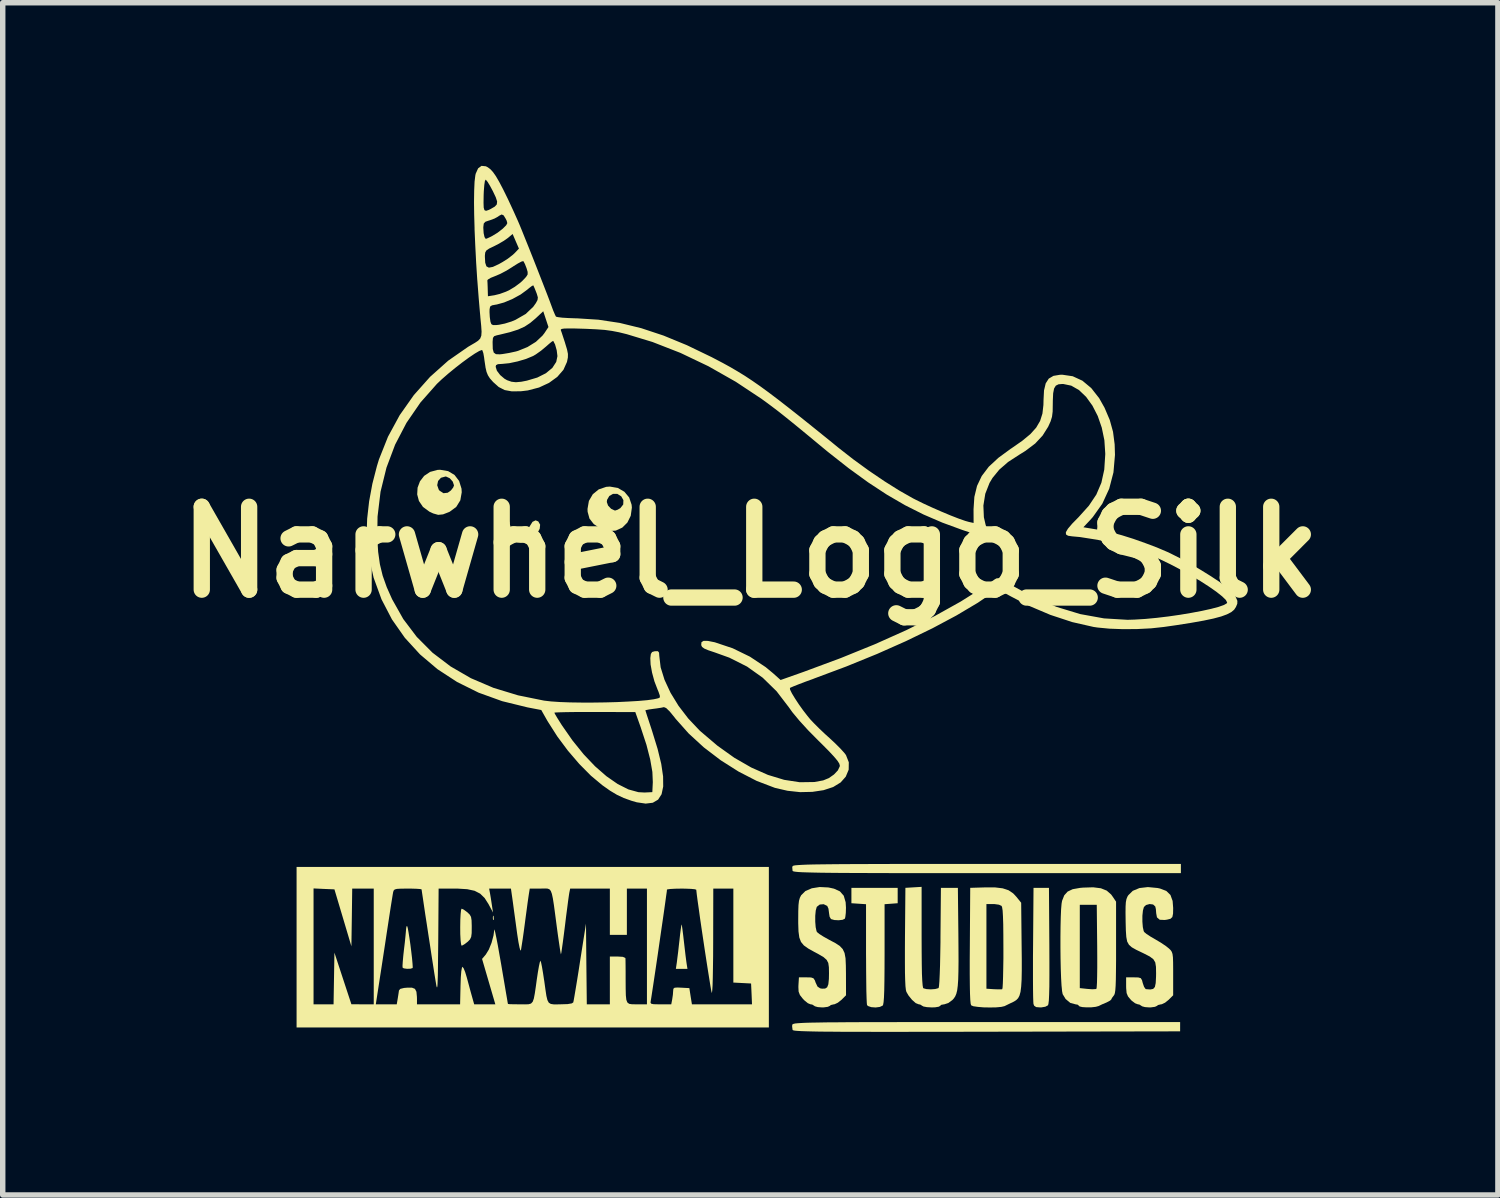
<source format=kicad_pcb>
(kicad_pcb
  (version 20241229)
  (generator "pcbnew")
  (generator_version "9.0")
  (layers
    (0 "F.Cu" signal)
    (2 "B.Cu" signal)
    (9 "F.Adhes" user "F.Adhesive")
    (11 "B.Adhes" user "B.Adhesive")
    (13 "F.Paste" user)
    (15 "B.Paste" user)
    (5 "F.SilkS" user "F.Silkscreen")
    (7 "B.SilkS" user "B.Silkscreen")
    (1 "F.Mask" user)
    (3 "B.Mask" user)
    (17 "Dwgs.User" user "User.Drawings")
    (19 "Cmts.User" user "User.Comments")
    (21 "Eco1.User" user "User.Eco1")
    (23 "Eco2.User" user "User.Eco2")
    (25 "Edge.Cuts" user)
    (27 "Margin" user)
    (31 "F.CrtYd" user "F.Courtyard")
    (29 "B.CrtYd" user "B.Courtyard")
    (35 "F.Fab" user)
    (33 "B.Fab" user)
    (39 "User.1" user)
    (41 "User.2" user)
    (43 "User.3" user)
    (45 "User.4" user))
  (footprint "Narwhel_Logo_Silk"
    (layer "F.Cu")
    (at 10.748 7.104)
    (property "Reference" "Narwhel_Logo_Silk" (at 0 0 0) (layer "F.SilkS") (effects (font (size 1.524 1.524) (thickness 0.3))))
    (attr board_only exclude_from_pos_files exclude_from_bom)
    (fp_poly (pts (xy -4.721 6.691) (xy -4.717 6.749) (xy -4.721 6.762) (xy -4.731 6.765) (xy -4.735 6.726) (xy -4.731 6.686)) (stroke (width 0) (type solid)) (fill yes) (layer "F.SilkS"))
    (fp_poly (pts (xy -1.258 6.869) (xy -1.248 6.937) (xy -1.235 7.04) (xy -1.223 7.144) (xy -1.207 7.282) (xy -1.192 7.411) (xy -1.179 7.512) (xy -1.173 7.556) (xy -1.156 7.663) (xy -1.369 7.663) (xy -1.351 7.542) (xy -1.341 7.46) (xy -1.326 7.342) (xy -1.311 7.206) (xy -1.303 7.138) (xy -1.29 7.018) (xy -1.277 6.921) (xy -1.268 6.86) (xy -1.265 6.846)) (stroke (width 0) (type solid)) (fill yes) (layer "F.SilkS"))
    (fp_poly (pts (xy -6.3 6.91) (xy -6.286 6.987) (xy -6.269 7.093) (xy -6.251 7.217) (xy -6.235 7.346) (xy -6.221 7.466) (xy -6.212 7.565) (xy -6.208 7.63) (xy -6.21 7.648) (xy -6.25 7.66) (xy -6.313 7.662) (xy -6.371 7.654) (xy -6.394 7.641) (xy -6.396 7.606) (xy -6.391 7.527) (xy -6.381 7.416) (xy -6.369 7.308) (xy -6.353 7.174) (xy -6.341 7.055) (xy -6.333 6.966) (xy -6.33 6.927) (xy -6.323 6.882) (xy -6.311 6.876)) (stroke (width 0) (type solid)) (fill yes) (layer "F.SilkS"))
    (fp_poly (pts (xy 5.499 7.234) (xy 5.5 7.537) (xy 5.5 7.787) (xy 5.499 7.986) (xy 5.495 8.137) (xy 5.49 8.244) (xy 5.482 8.308) (xy 5.474 8.333) (xy 5.426 8.359) (xy 5.35 8.372) (xy 5.332 8.372) (xy 5.257 8.366) (xy 5.22 8.341) (xy 5.207 8.308) (xy 5.204 8.266) (xy 5.201 8.174) (xy 5.199 8.038) (xy 5.198 7.866) (xy 5.198 7.665) (xy 5.198 7.441) (xy 5.2 7.208) (xy 5.208 6.173) (xy 5.492 6.173)) (stroke (width 0) (type solid)) (fill yes) (layer "F.SilkS"))
    (fp_poly (pts (xy -5.271 6.573) (xy -5.214 6.615) (xy -5.202 6.624) (xy -5.16 6.665) (xy -5.136 6.708) (xy -5.126 6.771) (xy -5.123 6.87) (xy -5.123 6.896) (xy -5.124 7.005) (xy -5.133 7.074) (xy -5.154 7.12) (xy -5.192 7.16) (xy -5.202 7.168) (xy -5.261 7.213) (xy -5.304 7.236) (xy -5.309 7.237) (xy -5.319 7.21) (xy -5.328 7.136) (xy -5.334 7.025) (xy -5.335 6.896) (xy -5.333 6.759) (xy -5.327 6.65) (xy -5.319 6.579) (xy -5.309 6.556)) (stroke (width 0) (type solid)) (fill yes) (layer "F.SilkS"))
    (fp_poly (pts (xy 2.71 6.456) (xy 2.59 6.465) (xy 2.469 6.474) (xy 2.469 7.389) (xy 2.468 7.663) (xy 2.466 7.885) (xy 2.463 8.058) (xy 2.458 8.185) (xy 2.451 8.273) (xy 2.442 8.323) (xy 2.435 8.338) (xy 2.382 8.363) (xy 2.304 8.373) (xy 2.224 8.367) (xy 2.163 8.346) (xy 2.146 8.327) (xy 2.142 8.289) (xy 2.138 8.201) (xy 2.134 8.07) (xy 2.132 7.904) (xy 2.13 7.711) (xy 2.129 7.496) (xy 2.128 7.378) (xy 2.128 6.474) (xy 1.994 6.465) (xy 1.859 6.456) (xy 1.859 6.173) (xy 2.71 6.173)) (stroke (width 0) (type solid)) (fill yes) (layer "F.SilkS"))
    (fp_poly (pts (xy -4.455 -0.612) (xy -4.429 -0.549) (xy -4.427 -0.526) (xy -4.402 -0.445) (xy -4.335 -0.392) (xy -4.234 -0.373) (xy -4.21 -0.374) (xy -4.131 -0.389) (xy -4.084 -0.428) (xy -4.058 -0.474) (xy -4.005 -0.558) (xy -3.948 -0.585) (xy -3.899 -0.565) (xy -3.865 -0.505) (xy -3.873 -0.431) (xy -3.915 -0.35) (xy -3.983 -0.275) (xy -4.067 -0.214) (xy -4.16 -0.178) (xy -4.221 -0.173) (xy -4.283 -0.182) (xy -4.361 -0.201) (xy -4.453 -0.249) (xy -4.528 -0.324) (xy -4.579 -0.414) (xy -4.6 -0.506) (xy -4.585 -0.586) (xy -4.555 -0.624) (xy -4.502 -0.64)) (stroke (width 0) (type solid)) (fill yes) (layer "F.SilkS"))
    (fp_poly (pts (xy -2.437 -1.181) (xy -2.316 -1.111) (xy -2.228 -1.006) (xy -2.183 -0.873) (xy -2.178 -0.82) (xy -2.199 -0.669) (xy -2.261 -0.544) (xy -2.355 -0.451) (xy -2.473 -0.397) (xy -2.605 -0.387) (xy -2.743 -0.427) (xy -2.751 -0.432) (xy -2.88 -0.517) (xy -2.958 -0.618) (xy -2.992 -0.743) (xy -2.994 -0.795) (xy -2.972 -0.922) (xy -2.639 -0.922) (xy -2.616 -0.857) (xy -2.56 -0.798) (xy -2.495 -0.767) (xy -2.483 -0.766) (xy -2.439 -0.781) (xy -2.39 -0.81) (xy -2.337 -0.877) (xy -2.334 -0.957) (xy -2.374 -1.027) (xy -2.446 -1.072) (xy -2.525 -1.072) (xy -2.593 -1.033) (xy -2.634 -0.963) (xy -2.639 -0.922) (xy -2.972 -0.922) (xy -2.968 -0.943) (xy -2.897 -1.065) (xy -2.788 -1.154) (xy -2.65 -1.201) (xy -2.583 -1.206)) (stroke (width 0) (type solid)) (fill yes) (layer "F.SilkS"))
    (fp_poly (pts (xy -5.557 -1.49) (xy -5.439 -1.419) (xy -5.355 -1.309) (xy -5.311 -1.168) (xy -5.307 -1.101) (xy -5.333 -0.953) (xy -5.408 -0.832) (xy -5.527 -0.744) (xy -5.542 -0.737) (xy -5.651 -0.695) (xy -5.74 -0.686) (xy -5.832 -0.712) (xy -5.902 -0.745) (xy -6.02 -0.832) (xy -6.094 -0.941) (xy -6.126 -1.062) (xy -6.119 -1.186) (xy -6.102 -1.231) (xy -5.758 -1.231) (xy -5.73 -1.15) (xy -5.714 -1.13) (xy -5.642 -1.084) (xy -5.564 -1.093) (xy -5.506 -1.135) (xy -5.464 -1.189) (xy -5.449 -1.228) (xy -5.472 -1.297) (xy -5.527 -1.359) (xy -5.594 -1.39) (xy -5.605 -1.391) (xy -5.689 -1.368) (xy -5.742 -1.309) (xy -5.758 -1.231) (xy -6.102 -1.231) (xy -6.075 -1.303) (xy -5.998 -1.403) (xy -5.889 -1.476) (xy -5.75 -1.513) (xy -5.703 -1.515)) (stroke (width 0) (type solid)) (fill yes) (layer "F.SilkS"))
    (fp_poly (pts (xy 7.918 5.903) (xy 4.355 5.903) (xy 3.827 5.903) (xy 3.353 5.903) (xy 2.93 5.902) (xy 2.555 5.902) (xy 2.226 5.901) (xy 1.939 5.9) (xy 1.692 5.899) (xy 1.481 5.897) (xy 1.305 5.895) (xy 1.16 5.892) (xy 1.043 5.889) (xy 0.951 5.886) (xy 0.882 5.882) (xy 0.833 5.877) (xy 0.801 5.872) (xy 0.783 5.866) (xy 0.777 5.86) (xy 0.771 5.796) (xy 0.777 5.775) (xy 0.784 5.769) (xy 0.803 5.763) (xy 0.835 5.758) (xy 0.886 5.754) (xy 0.955 5.75) (xy 1.048 5.746) (xy 1.167 5.743) (xy 1.313 5.741) (xy 1.492 5.739) (xy 1.704 5.737) (xy 1.953 5.736) (xy 2.242 5.735) (xy 2.574 5.734) (xy 2.952 5.733) (xy 3.377 5.733) (xy 3.854 5.733) (xy 4.355 5.733) (xy 7.918 5.733)) (stroke (width 0) (type solid)) (fill yes) (layer "F.SilkS"))
    (fp_poly (pts (xy 7.904 8.812) (xy 4.348 8.819) (xy 3.819 8.82) (xy 3.344 8.821) (xy 2.92 8.821) (xy 2.544 8.822) (xy 2.214 8.821) (xy 1.926 8.821) (xy 1.678 8.82) (xy 1.468 8.818) (xy 1.292 8.817) (xy 1.147 8.814) (xy 1.03 8.811) (xy 0.94 8.808) (xy 0.873 8.804) (xy 0.825 8.8) (xy 0.796 8.795) (xy 0.78 8.789) (xy 0.777 8.785) (xy 0.769 8.722) (xy 0.771 8.693) (xy 0.775 8.685) (xy 0.783 8.679) (xy 0.8 8.673) (xy 0.828 8.667) (xy 0.87 8.663) (xy 0.929 8.659) (xy 1.009 8.655) (xy 1.111 8.652) (xy 1.239 8.65) (xy 1.395 8.647) (xy 1.584 8.646) (xy 1.807 8.644) (xy 2.067 8.643) (xy 2.368 8.643) (xy 2.712 8.642) (xy 3.103 8.642) (xy 3.543 8.642) (xy 4.035 8.642) (xy 4.343 8.642) (xy 7.904 8.642)) (stroke (width 0) (type solid)) (fill yes) (layer "F.SilkS"))
    (fp_poly (pts (xy 3.15 7.078) (xy 3.151 7.355) (xy 3.153 7.58) (xy 3.156 7.754) (xy 3.162 7.882) (xy 3.169 7.967) (xy 3.177 8.011) (xy 3.183 8.02) (xy 3.238 8.035) (xy 3.318 8.04) (xy 3.399 8.034) (xy 3.455 8.019) (xy 3.463 8.014) (xy 3.47 7.979) (xy 3.477 7.894) (xy 3.483 7.765) (xy 3.489 7.597) (xy 3.493 7.398) (xy 3.497 7.173) (xy 3.497 7.08) (xy 3.505 6.173) (xy 3.817 6.173) (xy 3.826 7.01) (xy 3.828 7.292) (xy 3.829 7.524) (xy 3.827 7.711) (xy 3.823 7.858) (xy 3.815 7.972) (xy 3.804 8.058) (xy 3.788 8.122) (xy 3.767 8.171) (xy 3.741 8.209) (xy 3.717 8.235) (xy 3.641 8.291) (xy 3.568 8.315) (xy 3.564 8.315) (xy 3.509 8.325) (xy 3.491 8.344) (xy 3.465 8.359) (xy 3.399 8.37) (xy 3.336 8.372) (xy 3.247 8.367) (xy 3.184 8.355) (xy 3.164 8.344) (xy 3.124 8.319) (xy 3.097 8.315) (xy 3.042 8.293) (xy 2.975 8.234) (xy 2.91 8.154) (xy 2.871 8.088) (xy 2.861 8.051) (xy 2.853 7.981) (xy 2.848 7.876) (xy 2.844 7.731) (xy 2.843 7.541) (xy 2.843 7.302) (xy 2.844 7.095) (xy 2.852 6.173) (xy 3.001 6.164) (xy 3.15 6.155)) (stroke (width 0) (type solid)) (fill yes) (layer "F.SilkS"))
    (fp_poly (pts (xy 4.5 6.165) (xy 4.641 6.182) (xy 4.748 6.217) (xy 4.834 6.275) (xy 4.893 6.338) (xy 4.981 6.447) (xy 4.989 7.223) (xy 4.992 7.485) (xy 4.992 7.695) (xy 4.989 7.862) (xy 4.981 7.989) (xy 4.969 8.085) (xy 4.95 8.154) (xy 4.925 8.202) (xy 4.891 8.237) (xy 4.849 8.264) (xy 4.832 8.272) (xy 4.751 8.311) (xy 4.686 8.343) (xy 4.676 8.348) (xy 4.617 8.362) (xy 4.522 8.371) (xy 4.408 8.373) (xy 4.289 8.371) (xy 4.182 8.362) (xy 4.1 8.35) (xy 4.061 8.333) (xy 4.052 8.303) (xy 4.045 8.233) (xy 4.04 8.121) (xy 4.038 8.028) (xy 4.342 8.028) (xy 4.477 8.037) (xy 4.561 8.04) (xy 4.62 8.039) (xy 4.633 8.037) (xy 4.639 8.007) (xy 4.644 7.929) (xy 4.648 7.808) (xy 4.651 7.653) (xy 4.654 7.472) (xy 4.654 7.283) (xy 4.653 7.036) (xy 4.651 6.841) (xy 4.646 6.694) (xy 4.64 6.592) (xy 4.63 6.529) (xy 4.62 6.505) (xy 4.572 6.483) (xy 4.493 6.472) (xy 4.464 6.471) (xy 4.342 6.471) (xy 4.342 8.028) (xy 4.038 8.028) (xy 4.037 7.964) (xy 4.035 7.758) (xy 4.035 7.502) (xy 4.037 7.234) (xy 4.044 6.173) (xy 4.316 6.165)) (stroke (width 0) (type solid)) (fill yes) (layer "F.SilkS"))
    (fp_poly (pts (xy 6.447 6.181) (xy 6.554 6.224) (xy 6.635 6.295) (xy 6.655 6.322) (xy 6.726 6.427) (xy 6.726 7.27) (xy 6.726 7.517) (xy 6.724 7.713) (xy 6.722 7.864) (xy 6.718 7.976) (xy 6.712 8.056) (xy 6.704 8.109) (xy 6.693 8.141) (xy 6.683 8.155) (xy 6.649 8.2) (xy 6.641 8.221) (xy 6.617 8.246) (xy 6.559 8.277) (xy 6.549 8.282) (xy 6.47 8.315) (xy 6.409 8.345) (xy 6.407 8.346) (xy 6.353 8.361) (xy 6.273 8.37) (xy 6.184 8.371) (xy 6.106 8.366) (xy 6.055 8.354) (xy 6.045 8.344) (xy 6.021 8.322) (xy 5.98 8.315) (xy 5.884 8.289) (xy 5.798 8.217) (xy 5.744 8.128) (xy 5.733 8.072) (xy 5.728 8.017) (xy 6.059 8.017) (xy 6.201 8.032) (xy 6.287 8.038) (xy 6.348 8.035) (xy 6.365 8.03) (xy 6.37 7.999) (xy 6.375 7.918) (xy 6.378 7.795) (xy 6.38 7.638) (xy 6.38 7.455) (xy 6.379 7.252) (xy 6.379 7.249) (xy 6.371 6.485) (xy 6.059 6.485) (xy 6.059 8.017) (xy 5.728 8.017) (xy 5.723 7.969) (xy 5.715 7.828) (xy 5.709 7.659) (xy 5.705 7.47) (xy 5.703 7.272) (xy 5.703 7.073) (xy 5.705 6.884) (xy 5.709 6.713) (xy 5.715 6.57) (xy 5.724 6.464) (xy 5.733 6.412) (xy 5.773 6.311) (xy 5.835 6.242) (xy 5.928 6.198) (xy 6.063 6.174) (xy 6.118 6.169) (xy 6.305 6.163)) (stroke (width 0) (type solid)) (fill yes) (layer "F.SilkS"))
    (fp_poly (pts (xy 1.437 6.166) (xy 1.538 6.188) (xy 1.648 6.238) (xy 1.718 6.318) (xy 1.753 6.437) (xy 1.759 6.538) (xy 1.756 6.635) (xy 1.747 6.71) (xy 1.738 6.741) (xy 1.696 6.761) (xy 1.624 6.769) (xy 1.546 6.765) (xy 1.486 6.748) (xy 1.483 6.746) (xy 1.458 6.704) (xy 1.447 6.633) (xy 1.447 6.631) (xy 1.437 6.556) (xy 1.414 6.505) (xy 1.413 6.505) (xy 1.349 6.474) (xy 1.277 6.48) (xy 1.224 6.521) (xy 1.221 6.526) (xy 1.203 6.591) (xy 1.194 6.688) (xy 1.194 6.796) (xy 1.202 6.897) (xy 1.218 6.97) (xy 1.227 6.987) (xy 1.27 7.022) (xy 1.347 7.071) (xy 1.442 7.124) (xy 1.447 7.127) (xy 1.562 7.188) (xy 1.644 7.241) (xy 1.699 7.299) (xy 1.733 7.371) (xy 1.751 7.468) (xy 1.757 7.602) (xy 1.759 7.757) (xy 1.76 8.149) (xy 1.677 8.232) (xy 1.61 8.285) (xy 1.549 8.314) (xy 1.536 8.315) (xy 1.481 8.328) (xy 1.462 8.344) (xy 1.425 8.361) (xy 1.353 8.371) (xy 1.32 8.372) (xy 1.24 8.366) (xy 1.187 8.351) (xy 1.178 8.344) (xy 1.138 8.319) (xy 1.108 8.315) (xy 1.059 8.295) (xy 0.996 8.244) (xy 0.966 8.213) (xy 0.912 8.144) (xy 0.888 8.081) (xy 0.884 7.998) (xy 0.885 7.965) (xy 0.894 7.819) (xy 1.032 7.819) (xy 1.116 7.821) (xy 1.161 7.836) (xy 1.187 7.875) (xy 1.202 7.918) (xy 1.236 7.989) (xy 1.284 8.021) (xy 1.317 8.027) (xy 1.375 8.026) (xy 1.413 8.002) (xy 1.435 7.946) (xy 1.445 7.849) (xy 1.447 7.745) (xy 1.445 7.633) (xy 1.434 7.555) (xy 1.404 7.498) (xy 1.347 7.447) (xy 1.253 7.392) (xy 1.178 7.352) (xy 1.065 7.289) (xy 0.985 7.232) (xy 0.932 7.168) (xy 0.901 7.086) (xy 0.886 6.975) (xy 0.881 6.824) (xy 0.881 6.754) (xy 0.882 6.6) (xy 0.886 6.489) (xy 0.895 6.412) (xy 0.911 6.356) (xy 0.935 6.309) (xy 0.935 6.309) (xy 1.013 6.232) (xy 1.131 6.181) (xy 1.276 6.158)) (stroke (width 0) (type solid)) (fill yes) (layer "F.SilkS"))
    (fp_poly (pts (xy 7.489 6.176) (xy 7.535 6.186) (xy 7.65 6.23) (xy 7.726 6.304) (xy 7.766 6.414) (xy 7.776 6.544) (xy 7.774 6.648) (xy 7.761 6.71) (xy 7.727 6.742) (xy 7.663 6.758) (xy 7.62 6.764) (xy 7.529 6.76) (xy 7.478 6.716) (xy 7.464 6.64) (xy 7.458 6.564) (xy 7.447 6.516) (xy 7.407 6.479) (xy 7.342 6.471) (xy 7.277 6.489) (xy 7.238 6.526) (xy 7.22 6.59) (xy 7.21 6.687) (xy 7.21 6.795) (xy 7.218 6.895) (xy 7.234 6.968) (xy 7.244 6.986) (xy 7.286 7.021) (xy 7.362 7.071) (xy 7.45 7.122) (xy 7.551 7.182) (xy 7.643 7.244) (xy 7.698 7.288) (xy 7.729 7.318) (xy 7.75 7.349) (xy 7.764 7.39) (xy 7.772 7.452) (xy 7.775 7.545) (xy 7.776 7.68) (xy 7.776 7.755) (xy 7.776 8.149) (xy 7.693 8.232) (xy 7.627 8.285) (xy 7.566 8.314) (xy 7.553 8.315) (xy 7.498 8.328) (xy 7.478 8.344) (xy 7.441 8.361) (xy 7.369 8.371) (xy 7.336 8.372) (xy 7.257 8.366) (xy 7.203 8.351) (xy 7.194 8.344) (xy 7.154 8.319) (xy 7.127 8.315) (xy 7.077 8.296) (xy 7.013 8.248) (xy 6.995 8.229) (xy 6.945 8.169) (xy 6.92 8.108) (xy 6.912 8.021) (xy 6.911 7.981) (xy 6.911 7.819) (xy 7.051 7.819) (xy 7.135 7.821) (xy 7.18 7.834) (xy 7.203 7.871) (xy 7.217 7.925) (xy 7.241 7.994) (xy 7.269 8.033) (xy 7.275 8.036) (xy 7.355 8.042) (xy 7.408 8.032) (xy 7.44 7.996) (xy 7.455 7.924) (xy 7.461 7.809) (xy 7.462 7.745) (xy 7.46 7.626) (xy 7.447 7.545) (xy 7.412 7.486) (xy 7.346 7.436) (xy 7.239 7.381) (xy 7.208 7.366) (xy 7.096 7.312) (xy 7.016 7.267) (xy 6.963 7.22) (xy 6.93 7.16) (xy 6.914 7.076) (xy 6.906 6.958) (xy 6.902 6.794) (xy 6.902 6.792) (xy 6.9 6.631) (xy 6.901 6.517) (xy 6.906 6.436) (xy 6.917 6.38) (xy 6.935 6.335) (xy 6.951 6.309) (xy 7.033 6.228) (xy 7.156 6.177) (xy 7.311 6.159)) (stroke (width 0) (type solid)) (fill yes) (layer "F.SilkS"))
    (fp_poly (pts (xy 0.341 8.741) (xy -8.344 8.741) (xy -8.344 6.184) (xy -8.032 6.184) (xy -8.032 8.315) (xy -7.664 8.315) (xy -7.648 7.365) (xy -7.492 7.84) (xy -7.336 8.314) (xy -7.13 8.315) (xy -6.925 8.315) (xy -6.887 8.315) (xy -6.502 8.315) (xy -6.484 8.209) (xy -6.471 8.127) (xy -6.462 8.066) (xy -6.461 8.06) (xy -6.437 8.031) (xy -6.368 8.014) (xy -6.311 8.009) (xy -6.221 8.009) (xy -6.167 8.031) (xy -6.14 8.084) (xy -6.131 8.179) (xy -6.13 8.223) (xy -6.13 8.315) (xy -5.337 8.315) (xy -5.329 7.968) (xy -5.324 7.818) (xy -5.315 7.707) (xy -5.303 7.641) (xy -5.293 7.625) (xy -5.272 7.653) (xy -5.244 7.721) (xy -5.215 7.817) (xy -5.213 7.824) (xy -5.179 7.95) (xy -5.144 8.08) (xy -5.12 8.166) (xy -5.078 8.315) (xy -4.689 8.315) (xy -4.933 7.48) (xy -4.865 7.4) (xy -4.809 7.309) (xy -4.759 7.185) (xy -4.723 7.051) (xy -4.708 6.941) (xy -4.703 6.944) (xy -4.69 6.997) (xy -4.67 7.093) (xy -4.644 7.226) (xy -4.615 7.391) (xy -4.582 7.577) (xy -4.549 7.773) (xy -4.519 7.948) (xy -4.494 8.097) (xy -4.474 8.212) (xy -4.462 8.285) (xy -4.457 8.308) (xy -4.43 8.312) (xy -4.36 8.314) (xy -4.261 8.315) (xy -4.231 8.315) (xy -4.142 8.316) (xy -4.078 8.314) (xy -4.033 8.301) (xy -4.002 8.268) (xy -3.981 8.209) (xy -3.963 8.115) (xy -3.943 7.979) (xy -3.926 7.855) (xy -3.906 7.722) (xy -3.887 7.614) (xy -3.871 7.541) (xy -3.859 7.513) (xy -3.858 7.514) (xy -3.847 7.549) (xy -3.831 7.628) (xy -3.812 7.74) (xy -3.792 7.873) (xy -3.791 7.875) (xy -3.768 8.041) (xy -3.75 8.16) (xy -3.731 8.238) (xy -3.706 8.285) (xy -3.669 8.308) (xy -3.616 8.316) (xy -3.54 8.316) (xy -3.492 8.315) (xy -3.361 8.311) (xy -3.283 8.298) (xy -3.256 8.28) (xy -3.248 8.243) (xy -3.233 8.158) (xy -3.212 8.033) (xy -3.186 7.876) (xy -3.157 7.695) (xy -3.133 7.538) (xy -3.022 6.831) (xy -3.015 7.573) (xy -3.007 8.315) (xy -2.583 8.315) (xy -2.583 7.436) (xy -2.441 7.436) (xy -2.344 7.442) (xy -2.299 7.463) (xy -2.296 7.471) (xy -2.295 7.512) (xy -2.294 7.597) (xy -2.293 7.715) (xy -2.293 7.852) (xy -2.293 7.858) (xy -2.292 8.028) (xy -2.289 8.15) (xy -2.28 8.232) (xy -2.261 8.281) (xy -2.228 8.306) (xy -2.178 8.314) (xy -2.106 8.315) (xy -2.083 8.315) (xy -1.901 8.315) (xy -1.901 8.285) (xy -1.835 8.285) (xy -1.822 8.304) (xy -1.779 8.313) (xy -1.695 8.315) (xy -1.65 8.315) (xy -1.454 8.315) (xy -1.437 8.227) (xy -1.424 8.139) (xy -1.419 8.069) (xy -1.415 8.029) (xy -1.393 8.01) (xy -1.34 8.006) (xy -1.27 8.009) (xy -1.121 8.017) (xy -1.098 8.166) (xy -1.074 8.315) (xy 0.031 8.315) (xy 0.023 8.124) (xy 0.014 7.932) (xy -0.312 7.915) (xy -0.312 6.187) (xy -0.681 6.187) (xy -0.683 7.173) (xy -0.684 7.424) (xy -0.687 7.643) (xy -0.69 7.824) (xy -0.694 7.964) (xy -0.7 8.058) (xy -0.706 8.102) (xy -0.71 8.102) (xy -0.718 8.066) (xy -0.733 7.981) (xy -0.753 7.856) (xy -0.778 7.7) (xy -0.806 7.521) (xy -0.836 7.326) (xy -0.866 7.125) (xy -0.896 6.924) (xy -0.924 6.733) (xy -0.948 6.559) (xy -0.969 6.412) (xy -0.984 6.298) (xy -0.992 6.227) (xy -0.994 6.208) (xy -1.02 6.199) (xy -1.09 6.192) (xy -1.193 6.188) (xy -1.263 6.187) (xy -1.379 6.189) (xy -1.47 6.194) (xy -1.523 6.201) (xy -1.533 6.206) (xy -1.536 6.24) (xy -1.548 6.323) (xy -1.565 6.447) (xy -1.587 6.603) (xy -1.613 6.784) (xy -1.642 6.982) (xy -1.672 7.19) (xy -1.702 7.398) (xy -1.732 7.601) (xy -1.76 7.789) (xy -1.785 7.956) (xy -1.806 8.093) (xy -1.821 8.192) (xy -1.83 8.246) (xy -1.831 8.251) (xy -1.835 8.285) (xy -1.901 8.285) (xy -1.901 6.187) (xy -2.27 6.187) (xy -2.27 7.038) (xy -2.583 7.038) (xy -2.583 6.187) (xy -3.313 6.187) (xy -3.329 6.265) (xy -3.337 6.317) (xy -3.351 6.416) (xy -3.368 6.549) (xy -3.389 6.708) (xy -3.409 6.874) (xy -3.43 7.039) (xy -3.449 7.183) (xy -3.465 7.295) (xy -3.476 7.369) (xy -3.483 7.396) (xy -3.483 7.396) (xy -3.489 7.366) (xy -3.502 7.289) (xy -3.519 7.174) (xy -3.54 7.029) (xy -3.562 6.865) (xy -3.59 6.652) (xy -3.612 6.488) (xy -3.631 6.368) (xy -3.649 6.284) (xy -3.669 6.23) (xy -3.694 6.2) (xy -3.728 6.187) (xy -3.772 6.185) (xy -3.83 6.186) (xy -3.861 6.187) (xy -4.056 6.187) (xy -4.071 6.279) (xy -4.08 6.339) (xy -4.095 6.443) (xy -4.113 6.578) (xy -4.134 6.733) (xy -4.144 6.811) (xy -4.165 6.968) (xy -4.185 7.11) (xy -4.203 7.225) (xy -4.215 7.302) (xy -4.219 7.322) (xy -4.229 7.323) (xy -4.244 7.271) (xy -4.264 7.17) (xy -4.287 7.022) (xy -4.302 6.911) (xy -4.325 6.742) (xy -4.347 6.583) (xy -4.365 6.448) (xy -4.379 6.348) (xy -4.385 6.307) (xy -4.402 6.187) (xy -4.803 6.187) (xy -4.786 6.279) (xy -4.771 6.368) (xy -4.755 6.473) (xy -4.751 6.499) (xy -4.732 6.627) (xy -4.814 6.473) (xy -4.886 6.36) (xy -4.968 6.28) (xy -5.071 6.227) (xy -5.206 6.198) (xy -5.383 6.187) (xy -5.439 6.187) (xy -5.732 6.187) (xy -5.739 7.159) (xy -5.742 7.417) (xy -5.744 7.622) (xy -5.746 7.779) (xy -5.75 7.892) (xy -5.753 7.964) (xy -5.758 8) (xy -5.764 8.003) (xy -5.772 7.979) (xy -5.78 7.932) (xy -5.793 7.854) (xy -5.812 7.737) (xy -5.835 7.588) (xy -5.862 7.416) (xy -5.89 7.229) (xy -5.92 7.036) (xy -5.949 6.844) (xy -5.977 6.664) (xy -6.001 6.502) (xy -6.021 6.366) (xy -6.036 6.267) (xy -6.044 6.211) (xy -6.045 6.202) (xy -6.071 6.195) (xy -6.142 6.19) (xy -6.243 6.187) (xy -6.3 6.187) (xy -6.421 6.188) (xy -6.497 6.192) (xy -6.539 6.203) (xy -6.559 6.223) (xy -6.568 6.251) (xy -6.576 6.296) (xy -6.591 6.389) (xy -6.612 6.52) (xy -6.637 6.682) (xy -6.665 6.866) (xy -6.685 6.996) (xy -6.717 7.209) (xy -6.75 7.424) (xy -6.781 7.628) (xy -6.809 7.808) (xy -6.831 7.951) (xy -6.838 7.996) (xy -6.887 8.315) (xy -6.925 8.315) (xy -6.925 6.187) (xy -7.321 6.187) (xy -7.328 6.717) (xy -7.336 7.248) (xy -7.492 6.724) (xy -7.648 6.201) (xy -7.84 6.193) (xy -8.032 6.184) (xy -8.344 6.184) (xy -8.344 5.789) (xy 0.341 5.789)) (stroke (width 0) (type solid)) (fill yes) (layer "F.SilkS"))
    (fp_poly (pts (xy -4.863 -7.096) (xy -4.828 -7.078) (xy -4.781 -7.043) (xy -4.732 -6.99) (xy -4.678 -6.913) (xy -4.617 -6.808) (xy -4.544 -6.669) (xy -4.457 -6.492) (xy -4.354 -6.27) (xy -4.272 -6.087) (xy -4.245 -6.024) (xy -4.201 -5.917) (xy -4.144 -5.775) (xy -4.077 -5.609) (xy -4.005 -5.428) (xy -3.931 -5.24) (xy -3.859 -5.056) (xy -3.792 -4.884) (xy -3.734 -4.735) (xy -3.689 -4.617) (xy -3.661 -4.541) (xy -3.625 -4.444) (xy -3.593 -4.369) (xy -3.574 -4.331) (xy -3.538 -4.322) (xy -3.458 -4.312) (xy -3.343 -4.305) (xy -3.207 -4.3) (xy -3.188 -4.3) (xy -2.795 -4.275) (xy -2.403 -4.216) (xy -2.006 -4.119) (xy -1.596 -3.983) (xy -1.166 -3.806) (xy -0.71 -3.586) (xy -0.653 -3.556) (xy -0.504 -3.478) (xy -0.366 -3.402) (xy -0.233 -3.324) (xy -0.101 -3.243) (xy 0.035 -3.153) (xy 0.179 -3.053) (xy 0.338 -2.937) (xy 0.514 -2.804) (xy 0.713 -2.649) (xy 0.94 -2.47) (xy 1.199 -2.262) (xy 1.495 -2.023) (xy 1.621 -1.92) (xy 1.895 -1.706) (xy 2.181 -1.498) (xy 2.467 -1.304) (xy 2.741 -1.132) (xy 2.991 -0.99) (xy 3.034 -0.968) (xy 3.18 -0.896) (xy 3.345 -0.82) (xy 3.516 -0.745) (xy 3.683 -0.675) (xy 3.832 -0.617) (xy 3.952 -0.575) (xy 4.019 -0.556) (xy 4.106 -0.537) (xy 4.105 -0.788) (xy 4.12 -1.016) (xy 4.169 -1.218) (xy 4.256 -1.401) (xy 4.385 -1.571) (xy 4.562 -1.735) (xy 4.79 -1.902) (xy 4.806 -1.912) (xy 5.001 -2.048) (xy 5.15 -2.171) (xy 5.257 -2.29) (xy 5.329 -2.413) (xy 5.372 -2.549) (xy 5.39 -2.707) (xy 5.392 -2.796) (xy 5.401 -2.974) (xy 5.432 -3.104) (xy 5.488 -3.191) (xy 5.574 -3.242) (xy 5.694 -3.262) (xy 5.739 -3.263) (xy 5.929 -3.235) (xy 6.107 -3.153) (xy 6.269 -3.018) (xy 6.415 -2.832) (xy 6.514 -2.656) (xy 6.61 -2.431) (xy 6.67 -2.214) (xy 6.7 -1.983) (xy 6.706 -1.788) (xy 6.678 -1.467) (xy 6.6 -1.167) (xy 6.473 -0.891) (xy 6.298 -0.645) (xy 6.25 -0.591) (xy 6.125 -0.458) (xy 6.22 -0.442) (xy 6.299 -0.429) (xy 6.408 -0.411) (xy 6.499 -0.395) (xy 6.649 -0.362) (xy 6.836 -0.31) (xy 7.046 -0.244) (xy 7.263 -0.167) (xy 7.475 -0.087) (xy 7.665 -0.006) (xy 7.725 0.022) (xy 7.894 0.107) (xy 8.083 0.21) (xy 8.276 0.322) (xy 8.46 0.436) (xy 8.623 0.543) (xy 8.749 0.635) (xy 8.763 0.645) (xy 8.842 0.718) (xy 8.907 0.795) (xy 8.929 0.83) (xy 8.957 0.896) (xy 8.955 0.949) (xy 8.93 1.009) (xy 8.897 1.059) (xy 8.844 1.103) (xy 8.765 1.144) (xy 8.658 1.183) (xy 8.516 1.221) (xy 8.336 1.259) (xy 8.111 1.299) (xy 7.839 1.342) (xy 7.601 1.376) (xy 7.37 1.401) (xy 7.114 1.414) (xy 6.853 1.416) (xy 6.604 1.407) (xy 6.385 1.386) (xy 6.311 1.375) (xy 5.92 1.286) (xy 5.517 1.153) (xy 5.121 0.985) (xy 4.796 0.816) (xy 4.678 0.752) (xy 4.587 0.711) (xy 4.532 0.698) (xy 4.523 0.7) (xy 4.183 0.931) (xy 3.791 1.164) (xy 3.349 1.4) (xy 2.862 1.636) (xy 2.333 1.871) (xy 1.766 2.102) (xy 1.164 2.327) (xy 1.164 2.328) (xy 1.02 2.38) (xy 0.894 2.428) (xy 0.798 2.466) (xy 0.74 2.491) (xy 0.728 2.498) (xy 0.732 2.53) (xy 0.765 2.597) (xy 0.82 2.688) (xy 0.89 2.795) (xy 0.97 2.907) (xy 1.052 3.013) (xy 1.102 3.074) (xy 1.171 3.147) (xy 1.268 3.244) (xy 1.379 3.349) (xy 1.458 3.42) (xy 1.562 3.517) (xy 1.655 3.61) (xy 1.726 3.688) (xy 1.759 3.731) (xy 1.811 3.864) (xy 1.809 4) (xy 1.755 4.129) (xy 1.661 4.235) (xy 1.524 4.319) (xy 1.347 4.377) (xy 1.141 4.408) (xy 0.916 4.413) (xy 0.684 4.388) (xy 0.455 4.335) (xy 0.446 4.332) (xy 0.118 4.207) (xy -0.216 4.035) (xy -0.544 3.827) (xy -0.855 3.59) (xy -1.135 3.333) (xy -1.374 3.064) (xy -1.397 3.034) (xy -1.482 2.93) (xy -1.547 2.867) (xy -1.588 2.85) (xy -1.589 2.85) (xy -1.641 2.861) (xy -1.725 2.874) (xy -1.781 2.881) (xy -1.864 2.893) (xy -1.918 2.904) (xy -1.93 2.908) (xy -1.921 2.937) (xy -1.898 3.009) (xy -1.863 3.115) (xy -1.82 3.246) (xy -1.804 3.296) (xy -1.705 3.618) (xy -1.638 3.893) (xy -1.604 4.124) (xy -1.602 4.31) (xy -1.632 4.452) (xy -1.696 4.551) (xy -1.793 4.608) (xy -1.924 4.624) (xy -2.088 4.6) (xy -2.185 4.572) (xy -2.328 4.521) (xy -2.453 4.462) (xy -2.58 4.386) (xy -2.724 4.284) (xy -2.932 4.11) (xy -3.145 3.895) (xy -3.355 3.65) (xy -3.55 3.388) (xy -3.72 3.121) (xy -3.734 3.098) (xy -3.817 2.952) (xy -3.604 2.952) (xy -3.59 2.98) (xy -3.552 3.045) (xy -3.496 3.134) (xy -3.468 3.179) (xy -3.27 3.463) (xy -3.065 3.717) (xy -2.855 3.938) (xy -2.645 4.121) (xy -2.439 4.264) (xy -2.242 4.363) (xy -2.057 4.414) (xy -1.944 4.42) (xy -1.802 4.413) (xy -1.793 4.229) (xy -1.801 4.042) (xy -1.841 3.812) (xy -1.91 3.543) (xy -2.01 3.239) (xy -2.01 3.237) (xy -2.115 2.941) (xy -2.86 2.939) (xy -3.059 2.939) (xy -3.237 2.94) (xy -3.389 2.942) (xy -3.505 2.945) (xy -3.58 2.948) (xy -3.604 2.952) (xy -3.817 2.952) (xy -3.844 2.903) (xy -4.099 2.854) (xy -4.564 2.74) (xy -4.996 2.584) (xy -5.393 2.387) (xy -5.753 2.152) (xy -6.073 1.881) (xy -6.353 1.575) (xy -6.59 1.237) (xy -6.782 0.868) (xy -6.927 0.47) (xy -7.023 0.046) (xy -7.039 -0.064) (xy -7.053 -0.27) (xy -6.86 -0.27) (xy -6.844 -0.006) (xy -6.812 0.222) (xy -6.761 0.432) (xy -6.686 0.644) (xy -6.587 0.866) (xy -6.382 1.23) (xy -6.134 1.558) (xy -5.844 1.849) (xy -5.511 2.102) (xy -5.138 2.318) (xy -4.724 2.495) (xy -4.271 2.633) (xy -3.793 2.73) (xy -3.665 2.745) (xy -3.503 2.756) (xy -3.314 2.763) (xy -3.107 2.766) (xy -2.888 2.766) (xy -2.666 2.763) (xy -2.449 2.757) (xy -2.243 2.747) (xy -2.056 2.736) (xy -1.897 2.722) (xy -1.773 2.705) (xy -1.692 2.687) (xy -1.662 2.67) (xy -1.665 2.635) (xy -1.688 2.568) (xy -1.705 2.528) (xy -1.763 2.377) (xy -1.807 2.215) (xy -1.834 2.065) (xy -1.839 1.948) (xy -1.829 1.872) (xy -1.806 1.836) (xy -1.759 1.822) (xy -1.752 1.822) (xy -1.699 1.821) (xy -1.678 1.848) (xy -1.674 1.907) (xy -1.649 2.118) (xy -1.578 2.347) (xy -1.467 2.586) (xy -1.32 2.826) (xy -1.142 3.058) (xy -0.937 3.275) (xy -0.912 3.298) (xy -0.605 3.559) (xy -0.294 3.781) (xy 0.017 3.96) (xy 0.324 4.096) (xy 0.623 4.187) (xy 0.909 4.231) (xy 1.178 4.227) (xy 1.341 4.197) (xy 1.444 4.155) (xy 1.538 4.089) (xy 1.61 4.013) (xy 1.645 3.939) (xy 1.646 3.924) (xy 1.636 3.888) (xy 1.602 3.835) (xy 1.54 3.761) (xy 1.447 3.661) (xy 1.317 3.53) (xy 1.252 3.466) (xy 1.061 3.273) (xy 0.9 3.096) (xy 0.773 2.943) (xy 0.708 2.852) (xy 0.483 2.558) (xy 0.228 2.309) (xy -0.06 2.104) (xy -0.386 1.94) (xy -0.653 1.844) (xy -0.773 1.804) (xy -0.848 1.772) (xy -0.888 1.742) (xy -0.903 1.709) (xy -0.903 1.707) (xy -0.898 1.655) (xy -0.859 1.631) (xy -0.78 1.632) (xy -0.655 1.657) (xy -0.648 1.659) (xy -0.323 1.768) (xy -0.007 1.922) (xy 0.282 2.114) (xy 0.421 2.229) (xy 0.557 2.351) (xy 0.981 2.201) (xy 1.665 1.947) (xy 2.293 1.692) (xy 2.869 1.434) (xy 3.393 1.174) (xy 3.868 0.909) (xy 4.296 0.64) (xy 4.498 0.498) (xy 4.53 0.481) (xy 4.565 0.48) (xy 4.617 0.5) (xy 4.696 0.545) (xy 4.768 0.588) (xy 5.195 0.822) (xy 5.63 1.006) (xy 6.068 1.139) (xy 6.505 1.218) (xy 6.937 1.244) (xy 7.067 1.24) (xy 7.264 1.228) (xy 7.474 1.208) (xy 7.691 1.182) (xy 7.906 1.151) (xy 8.113 1.116) (xy 8.304 1.08) (xy 8.472 1.043) (xy 8.609 1.007) (xy 8.708 0.972) (xy 8.762 0.941) (xy 8.769 0.926) (xy 8.745 0.879) (xy 8.676 0.812) (xy 8.57 0.728) (xy 8.434 0.633) (xy 8.274 0.53) (xy 8.097 0.425) (xy 7.91 0.32) (xy 7.721 0.221) (xy 7.535 0.131) (xy 7.393 0.069) (xy 7.071 -0.05) (xy 6.729 -0.15) (xy 6.386 -0.227) (xy 6.061 -0.278) (xy 5.917 -0.291) (xy 5.843 -0.302) (xy 5.805 -0.326) (xy 5.803 -0.368) (xy 5.841 -0.432) (xy 5.919 -0.524) (xy 6.037 -0.644) (xy 6.225 -0.853) (xy 6.363 -1.059) (xy 6.456 -1.277) (xy 6.509 -1.518) (xy 6.527 -1.795) (xy 6.527 -1.817) (xy 6.511 -2.059) (xy 6.463 -2.29) (xy 6.389 -2.504) (xy 6.291 -2.695) (xy 6.175 -2.856) (xy 6.044 -2.981) (xy 5.902 -3.062) (xy 5.753 -3.093) (xy 5.741 -3.093) (xy 5.668 -3.087) (xy 5.618 -3.062) (xy 5.586 -3.009) (xy 5.569 -2.921) (xy 5.563 -2.788) (xy 5.562 -2.713) (xy 5.56 -2.585) (xy 5.548 -2.49) (xy 5.522 -2.405) (xy 5.478 -2.308) (xy 5.477 -2.306) (xy 5.375 -2.144) (xy 5.239 -1.998) (xy 5.059 -1.862) (xy 4.951 -1.795) (xy 4.74 -1.658) (xy 4.578 -1.517) (xy 4.454 -1.365) (xy 4.399 -1.273) (xy 4.321 -1.074) (xy 4.286 -0.857) (xy 4.295 -0.642) (xy 4.326 -0.508) (xy 4.353 -0.42) (xy 4.359 -0.368) (xy 4.346 -0.334) (xy 4.332 -0.318) (xy 4.31 -0.303) (xy 4.277 -0.299) (xy 4.225 -0.307) (xy 4.143 -0.328) (xy 4.025 -0.366) (xy 3.897 -0.409) (xy 3.532 -0.543) (xy 3.184 -0.693) (xy 2.846 -0.863) (xy 2.509 -1.059) (xy 2.166 -1.284) (xy 1.808 -1.544) (xy 1.427 -1.844) (xy 1.296 -1.952) (xy 1.078 -2.133) (xy 0.897 -2.282) (xy 0.746 -2.405) (xy 0.619 -2.507) (xy 0.509 -2.594) (xy 0.409 -2.67) (xy 0.314 -2.741) (xy 0.216 -2.812) (xy 0.213 -2.815) (xy -0.267 -3.133) (xy -0.769 -3.418) (xy -1.284 -3.664) (xy -1.799 -3.865) (xy -2.27 -4.008) (xy -2.416 -4.044) (xy -2.546 -4.069) (xy -2.678 -4.087) (xy -2.829 -4.098) (xy -3.017 -4.107) (xy -3.048 -4.108) (xy -3.22 -4.113) (xy -3.343 -4.114) (xy -3.423 -4.112) (xy -3.468 -4.105) (xy -3.485 -4.094) (xy -3.485 -4.083) (xy -3.469 -4.039) (xy -3.442 -3.956) (xy -3.408 -3.853) (xy -3.404 -3.838) (xy -3.37 -3.726) (xy -3.354 -3.646) (xy -3.355 -3.58) (xy -3.37 -3.505) (xy -3.372 -3.497) (xy -3.437 -3.353) (xy -3.55 -3.223) (xy -3.702 -3.113) (xy -3.885 -3.028) (xy -4.092 -2.974) (xy -4.218 -2.959) (xy -4.386 -2.957) (xy -4.518 -2.981) (xy -4.627 -3.037) (xy -4.731 -3.13) (xy -4.735 -3.135) (xy -4.789 -3.196) (xy -4.825 -3.252) (xy -4.851 -3.316) (xy -4.871 -3.403) (xy -4.871 -3.409) (xy -4.683 -3.409) (xy -4.66 -3.336) (xy -4.6 -3.257) (xy -4.52 -3.189) (xy -4.472 -3.162) (xy -4.392 -3.134) (xy -4.311 -3.125) (xy -4.211 -3.134) (xy -4.109 -3.154) (xy -3.917 -3.211) (xy -3.76 -3.29) (xy -3.641 -3.388) (xy -3.569 -3.499) (xy -3.547 -3.605) (xy -3.56 -3.711) (xy -3.59 -3.818) (xy -3.624 -3.885) (xy -3.647 -3.874) (xy -3.699 -3.832) (xy -3.757 -3.781) (xy -3.848 -3.705) (xy -3.944 -3.637) (xy -3.993 -3.608) (xy -4.123 -3.554) (xy -4.278 -3.508) (xy -4.433 -3.475) (xy -4.564 -3.462) (xy -4.566 -3.462) (xy -4.642 -3.457) (xy -4.676 -3.439) (xy -4.683 -3.409) (xy -4.871 -3.409) (xy -4.889 -3.528) (xy -4.896 -3.583) (xy -4.91 -3.661) (xy -4.927 -3.71) (xy -4.935 -3.718) (xy -4.984 -3.7) (xy -5.066 -3.652) (xy -5.174 -3.579) (xy -5.297 -3.489) (xy -5.427 -3.388) (xy -5.555 -3.283) (xy -5.673 -3.18) (xy -5.763 -3.095) (xy -6.066 -2.752) (xy -6.323 -2.378) (xy -6.532 -1.977) (xy -6.691 -1.554) (xy -6.8 -1.112) (xy -6.855 -0.655) (xy -6.86 -0.27) (xy -7.053 -0.27) (xy -7.056 -0.322) (xy -7.046 -0.617) (xy -7.01 -0.934) (xy -6.95 -1.259) (xy -6.867 -1.581) (xy -6.829 -1.706) (xy -6.663 -2.123) (xy -6.448 -2.519) (xy -6.188 -2.888) (xy -5.889 -3.224) (xy -5.555 -3.522) (xy -5.19 -3.776) (xy -5.158 -3.795) (xy -5.069 -3.847) (xy -5.068 -3.847) (xy -4.739 -3.847) (xy -4.736 -3.735) (xy -4.718 -3.67) (xy -4.678 -3.641) (xy -4.606 -3.638) (xy -4.558 -3.643) (xy -4.437 -3.663) (xy -4.309 -3.691) (xy -4.271 -3.702) (xy -4.098 -3.772) (xy -3.943 -3.868) (xy -3.822 -3.982) (xy -3.787 -4.027) (xy -3.712 -4.14) (xy -3.76 -4.285) (xy -3.808 -4.43) (xy -3.947 -4.3) (xy -4.048 -4.215) (xy -4.151 -4.147) (xy -4.271 -4.093) (xy -4.418 -4.046) (xy -4.607 -4) (xy -4.661 -3.988) (xy -4.71 -3.972) (xy -4.733 -3.94) (xy -4.739 -3.872) (xy -4.739 -3.847) (xy -5.068 -3.847) (xy -5.006 -3.888) (xy -4.967 -3.929) (xy -4.947 -3.981) (xy -4.942 -4.055) (xy -4.949 -4.162) (xy -4.964 -4.313) (xy -4.966 -4.342) (xy -4.973 -4.417) (xy -4.796 -4.417) (xy -4.791 -4.324) (xy -4.78 -4.244) (xy -4.777 -4.232) (xy -4.762 -4.193) (xy -4.732 -4.176) (xy -4.672 -4.176) (xy -4.62 -4.182) (xy -4.513 -4.204) (xy -4.391 -4.242) (xy -4.319 -4.272) (xy -4.131 -4.38) (xy -3.992 -4.512) (xy -3.943 -4.581) (xy -3.913 -4.637) (xy -3.907 -4.685) (xy -3.926 -4.75) (xy -3.937 -4.779) (xy -3.966 -4.852) (xy -3.987 -4.899) (xy -3.991 -4.906) (xy -4.015 -4.896) (xy -4.067 -4.857) (xy -4.105 -4.825) (xy -4.224 -4.738) (xy -4.372 -4.657) (xy -4.527 -4.592) (xy -4.664 -4.554) (xy -4.674 -4.553) (xy -4.75 -4.539) (xy -4.785 -4.516) (xy -4.795 -4.466) (xy -4.796 -4.417) (xy -4.973 -4.417) (xy -4.995 -4.672) (xy -5.02 -4.997) (xy -4.836 -4.997) (xy -4.833 -4.952) (xy -4.83 -4.874) (xy -4.829 -4.836) (xy -4.825 -4.706) (xy -4.704 -4.725) (xy -4.607 -4.749) (xy -4.494 -4.79) (xy -4.437 -4.816) (xy -4.33 -4.88) (xy -4.225 -4.959) (xy -4.184 -4.997) (xy -4.123 -5.062) (xy -4.095 -5.107) (xy -4.095 -5.154) (xy -4.115 -5.222) (xy -4.115 -5.222) (xy -4.144 -5.297) (xy -4.169 -5.345) (xy -4.176 -5.352) (xy -4.208 -5.344) (xy -4.274 -5.309) (xy -4.359 -5.256) (xy -4.375 -5.245) (xy -4.486 -5.176) (xy -4.603 -5.115) (xy -4.695 -5.076) (xy -4.775 -5.044) (xy -4.826 -5.013) (xy -4.836 -4.997) (xy -5.02 -4.997) (xy -5.021 -5.002) (xy -5.042 -5.327) (xy -5.047 -5.43) (xy -4.881 -5.43) (xy -4.875 -5.322) (xy -4.853 -5.256) (xy -4.808 -5.232) (xy -4.734 -5.246) (xy -4.624 -5.297) (xy -4.555 -5.336) (xy -4.459 -5.397) (xy -4.371 -5.465) (xy -4.334 -5.499) (xy -4.255 -5.582) (xy -4.313 -5.716) (xy -4.371 -5.851) (xy -4.458 -5.778) (xy -4.532 -5.726) (xy -4.633 -5.667) (xy -4.713 -5.626) (xy -4.803 -5.583) (xy -4.853 -5.549) (xy -4.875 -5.511) (xy -4.881 -5.456) (xy -4.881 -5.43) (xy -5.047 -5.43) (xy -5.058 -5.639) (xy -5.071 -5.934) (xy -5.071 -5.961) (xy -4.91 -5.961) (xy -4.904 -5.866) (xy -4.888 -5.794) (xy -4.866 -5.762) (xy -4.863 -5.761) (xy -4.832 -5.773) (xy -4.77 -5.802) (xy -4.744 -5.816) (xy -4.65 -5.873) (xy -4.558 -5.944) (xy -4.545 -5.956) (xy -4.489 -6.012) (xy -4.469 -6.05) (xy -4.48 -6.094) (xy -4.497 -6.129) (xy -4.536 -6.193) (xy -4.572 -6.21) (xy -4.621 -6.185) (xy -4.639 -6.171) (xy -4.704 -6.135) (xy -4.79 -6.103) (xy -4.802 -6.1) (xy -4.872 -6.076) (xy -4.902 -6.043) (xy -4.91 -5.978) (xy -4.91 -5.961) (xy -5.071 -5.961) (xy -5.078 -6.204) (xy -5.081 -6.425) (xy -4.906 -6.425) (xy -4.903 -6.336) (xy -4.889 -6.289) (xy -4.86 -6.277) (xy -4.814 -6.292) (xy -4.771 -6.313) (xy -4.7 -6.354) (xy -4.662 -6.395) (xy -4.656 -6.449) (xy -4.681 -6.526) (xy -4.734 -6.638) (xy -4.786 -6.735) (xy -4.831 -6.809) (xy -4.862 -6.847) (xy -4.867 -6.85) (xy -4.881 -6.825) (xy -4.892 -6.752) (xy -4.901 -6.638) (xy -4.904 -6.563) (xy -4.906 -6.425) (xy -5.081 -6.425) (xy -5.081 -6.445) (xy -5.078 -6.65) (xy -5.071 -6.813) (xy -5.057 -6.928) (xy -5.05 -6.96) (xy -5.006 -7.058) (xy -4.943 -7.104)) (stroke (width 0) (type solid)) (fill yes) (layer "F.SilkS")))
  (gr_rect
    (start -3 -3)
    (end 24.496 18.925)
    (stroke (width 0.1) (type default))
    (fill no)
    (layer "Edge.Cuts")))
</source>
